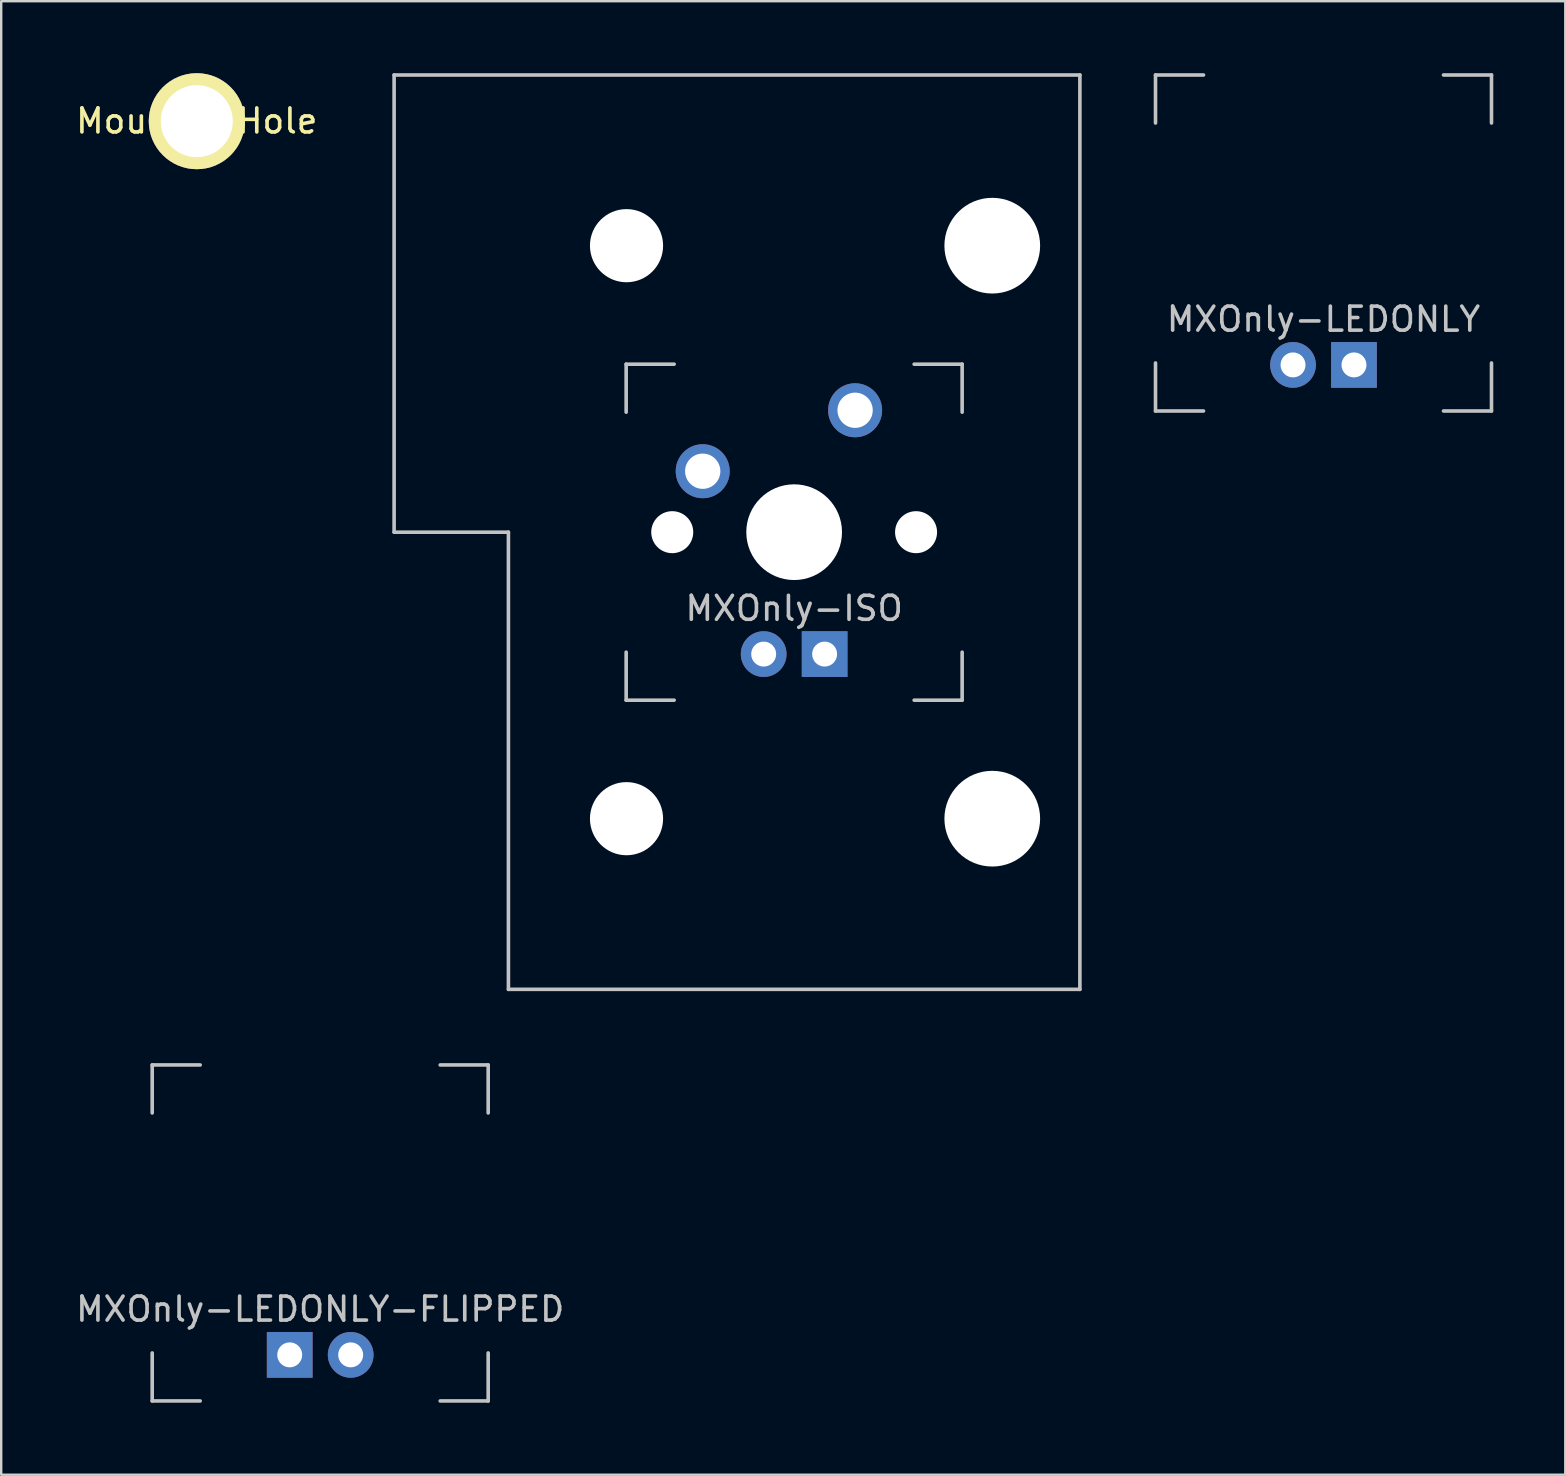
<source format=kicad_pcb>
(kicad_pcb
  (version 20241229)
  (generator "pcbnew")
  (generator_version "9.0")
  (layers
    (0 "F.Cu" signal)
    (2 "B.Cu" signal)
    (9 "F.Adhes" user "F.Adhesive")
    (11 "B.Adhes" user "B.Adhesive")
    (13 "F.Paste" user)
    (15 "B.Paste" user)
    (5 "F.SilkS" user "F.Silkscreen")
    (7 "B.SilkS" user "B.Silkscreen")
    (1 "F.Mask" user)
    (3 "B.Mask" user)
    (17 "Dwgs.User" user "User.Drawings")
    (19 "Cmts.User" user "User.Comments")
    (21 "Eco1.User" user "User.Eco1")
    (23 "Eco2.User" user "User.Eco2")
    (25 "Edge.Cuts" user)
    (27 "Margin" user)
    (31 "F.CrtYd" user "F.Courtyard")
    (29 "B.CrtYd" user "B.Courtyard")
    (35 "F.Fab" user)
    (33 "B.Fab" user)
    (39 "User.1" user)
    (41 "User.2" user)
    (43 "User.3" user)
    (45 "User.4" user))
  (footprint "MXOnly-ISO"
    (layer "F.Cu")
    (at 30.041 19.125)
    (property "Reference" "MXOnly-ISO" (at 0 3.175 0) (layer "Dwgs.User") (effects (font (size 1 1) (thickness 0.15))))
    (attr through_hole)
    (fp_line (start -16.669 -19.05) (end -16.669 0) (stroke (width 0.15) (type solid)) (layer "Dwgs.User"))
    (fp_line (start -16.669 -19.05) (end 11.906 -19.05) (stroke (width 0.15) (type solid)) (layer "Dwgs.User"))
    (fp_line (start -11.906 0) (end -16.669 0) (stroke (width 0.15) (type solid)) (layer "Dwgs.User"))
    (fp_line (start -11.906 19.05) (end -11.906 0) (stroke (width 0.15) (type solid)) (layer "Dwgs.User"))
    (fp_line (start -11.906 19.05) (end 11.906 19.05) (stroke (width 0.15) (type solid)) (layer "Dwgs.User"))
    (fp_line (start -7 -7) (end -7 -5) (stroke (width 0.15) (type solid)) (layer "Dwgs.User"))
    (fp_line (start -7 5) (end -7 7) (stroke (width 0.15) (type solid)) (layer "Dwgs.User"))
    (fp_line (start -7 7) (end -5 7) (stroke (width 0.15) (type solid)) (layer "Dwgs.User"))
    (fp_line (start -5 -7) (end -7 -7) (stroke (width 0.15) (type solid)) (layer "Dwgs.User"))
    (fp_line (start 5 -7) (end 7 -7) (stroke (width 0.15) (type solid)) (layer "Dwgs.User"))
    (fp_line (start 5 7) (end 7 7) (stroke (width 0.15) (type solid)) (layer "Dwgs.User"))
    (fp_line (start 7 -7) (end 7 -5) (stroke (width 0.15) (type solid)) (layer "Dwgs.User"))
    (fp_line (start 7 7) (end 7 5) (stroke (width 0.15) (type solid)) (layer "Dwgs.User"))
    (fp_line (start 11.906 -19.05) (end 11.906 19.05) (stroke (width 0.15) (type solid)) (layer "Dwgs.User"))
    (pad "" np_thru_hole circle (at -6.985 -11.938) (size 3.048 3.048) (drill 3.048) (layers "*.Cu" "*.Mask"))
    (pad "" np_thru_hole circle (at -6.985 11.938) (size 3.048 3.048) (drill 3.048) (layers "*.Cu" "*.Mask"))
    (pad "" np_thru_hole circle (at -5.08 0 48.1) (size 1.75 1.75) (drill 1.75) (layers "*.Cu" "*.Mask"))
    (pad "" np_thru_hole circle (at 0 0) (size 3.988 3.988) (drill 3.988) (layers "*.Cu" "*.Mask"))
    (pad "" np_thru_hole circle (at 5.08 0 48.1) (size 1.75 1.75) (drill 1.75) (layers "*.Cu" "*.Mask"))
    (pad "" np_thru_hole circle (at 8.255 -11.938) (size 3.988 3.988) (drill 3.988) (layers "*.Cu" "*.Mask"))
    (pad "" np_thru_hole circle (at 8.255 11.938) (size 3.988 3.988) (drill 3.988) (layers "*.Cu" "*.Mask"))
    (pad "1" thru_hole circle (at -3.81 -2.54) (size 2.25 2.25) (drill 1.47) (layers "*.Cu" "B.Mask"))
    (pad "2" thru_hole circle (at 2.54 -5.08) (size 2.25 2.25) (drill 1.47) (layers "*.Cu" "B.Mask"))
    (pad "3" thru_hole circle (at -1.27 5.08) (size 1.905 1.905) (drill 1.04) (layers "*.Cu" "B.Mask"))
    (pad "4" thru_hole rect (at 1.27 5.08) (size 1.905 1.905) (drill 1.04) (layers "*.Cu" "B.Mask")))
  (footprint "MXOnly-LEDONLY"
    (layer "F.Cu")
    (at 52.098 7.075)
    (property "Reference" "MXOnly-LEDONLY" (at 0 3.175 0) (layer "Dwgs.User") (effects (font (size 1 1) (thickness 0.15))))
    (attr through_hole)
    (fp_line (start -7 -7) (end -7 -5) (stroke (width 0.15) (type solid)) (layer "Dwgs.User"))
    (fp_line (start -7 5) (end -7 7) (stroke (width 0.15) (type solid)) (layer "Dwgs.User"))
    (fp_line (start -7 7) (end -5 7) (stroke (width 0.15) (type solid)) (layer "Dwgs.User"))
    (fp_line (start -5 -7) (end -7 -7) (stroke (width 0.15) (type solid)) (layer "Dwgs.User"))
    (fp_line (start 5 -7) (end 7 -7) (stroke (width 0.15) (type solid)) (layer "Dwgs.User"))
    (fp_line (start 5 7) (end 7 7) (stroke (width 0.15) (type solid)) (layer "Dwgs.User"))
    (fp_line (start 7 -7) (end 7 -5) (stroke (width 0.15) (type solid)) (layer "Dwgs.User"))
    (fp_line (start 7 7) (end 7 5) (stroke (width 0.15) (type solid)) (layer "Dwgs.User"))
    (pad "1" thru_hole circle (at -1.27 5.08) (size 1.905 1.905) (drill 1.04) (layers "*.Cu" "*.Mask"))
    (pad "2" thru_hole rect (at 1.27 5.08) (size 1.905 1.905) (drill 1.04) (layers "*.Cu" "*.Mask")))
  (footprint "MXOnly-LEDONLY-FLIPPED"
    (layer "F.Cu")
    (at 10.292 48.325)
    (property "Reference" "MXOnly-LEDONLY-FLIPPED" (at 0 3.175 0) (layer "Dwgs.User") (effects (font (size 1 1) (thickness 0.15))))
    (attr through_hole)
    (fp_line (start -7 -7) (end -7 -5) (stroke (width 0.15) (type solid)) (layer "Dwgs.User"))
    (fp_line (start -7 5) (end -7 7) (stroke (width 0.15) (type solid)) (layer "Dwgs.User"))
    (fp_line (start -7 7) (end -5 7) (stroke (width 0.15) (type solid)) (layer "Dwgs.User"))
    (fp_line (start -5 -7) (end -7 -7) (stroke (width 0.15) (type solid)) (layer "Dwgs.User"))
    (fp_line (start 5 -7) (end 7 -7) (stroke (width 0.15) (type solid)) (layer "Dwgs.User"))
    (fp_line (start 5 7) (end 7 7) (stroke (width 0.15) (type solid)) (layer "Dwgs.User"))
    (fp_line (start 7 -7) (end 7 -5) (stroke (width 0.15) (type solid)) (layer "Dwgs.User"))
    (fp_line (start 7 7) (end 7 5) (stroke (width 0.15) (type solid)) (layer "Dwgs.User"))
    (pad "1" thru_hole circle (at 1.27 5.08) (size 1.905 1.905) (drill 1.04) (layers "*.Cu" "*.Mask"))
    (pad "2" thru_hole rect (at -1.27 5.08) (size 1.905 1.905) (drill 1.04) (layers "*.Cu" "*.Mask")))
  (footprint "MountingHole"
    (layer "F.Cu")
    (at 5.149 1.492)
    (property "Reference" "MountingHole" (at 0 0.5 0) (layer "F.SilkS") (effects (font (size 1 1) (thickness 0.15))))
    (attr through_hole)
    (pad "1" thru_hole circle (at 0 0.508) (size 4 4) (drill 3) (layers "*.Cu" "*.Mask" "F.SilkS")))
  (gr_rect
    (start -3 -3)
    (end 62.173 58.4)
    (stroke (width 0.1) (type default))
    (fill no)
    (layer "Edge.Cuts")))
</source>
